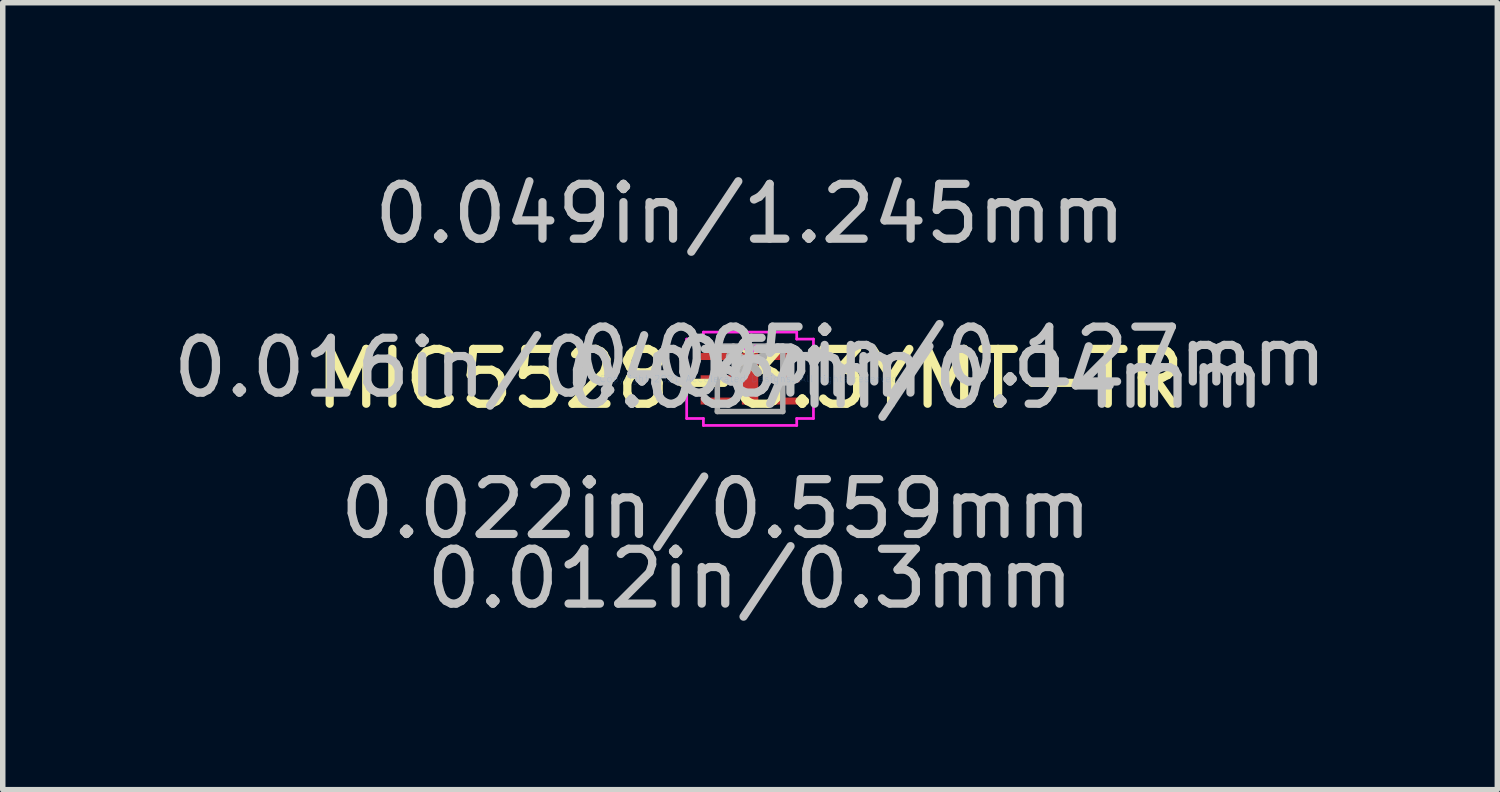
<source format=kicad_pcb>
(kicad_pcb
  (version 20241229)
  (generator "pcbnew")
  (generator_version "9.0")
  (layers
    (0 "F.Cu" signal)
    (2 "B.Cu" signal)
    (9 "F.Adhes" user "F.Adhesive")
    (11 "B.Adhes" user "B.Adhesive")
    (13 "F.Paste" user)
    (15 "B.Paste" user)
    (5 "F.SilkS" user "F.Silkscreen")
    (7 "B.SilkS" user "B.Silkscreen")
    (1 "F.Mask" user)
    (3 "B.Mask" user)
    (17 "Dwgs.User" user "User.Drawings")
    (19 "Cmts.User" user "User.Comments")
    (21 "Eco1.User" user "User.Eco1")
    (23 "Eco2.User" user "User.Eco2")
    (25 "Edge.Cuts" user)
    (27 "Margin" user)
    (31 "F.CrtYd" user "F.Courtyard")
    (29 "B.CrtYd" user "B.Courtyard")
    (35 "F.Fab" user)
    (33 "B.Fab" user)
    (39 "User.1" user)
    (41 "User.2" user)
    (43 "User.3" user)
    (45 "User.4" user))
  (footprint "MIC5528-3.3YMT-TR"
    (layer "F.Cu")
    (at 10.629 3.858)
    (property "Reference" "MIC5528-3.3YMT-TR" (at 0 0 0) (layer "F.SilkS") (effects (font (size 1 1) (thickness 0.15))))
    (attr through_hole)
    (fp_line (start -1.156 -0.724) (end -0.851 -0.724) (stroke (width 0.05) (type solid)) (layer "F.CrtYd"))
    (fp_line (start -1.156 0.724) (end -1.156 -0.724) (stroke (width 0.05) (type solid)) (layer "F.CrtYd"))
    (fp_line (start -0.851 -0.851) (end 0.851 -0.851) (stroke (width 0.05) (type solid)) (layer "F.CrtYd"))
    (fp_line (start -0.851 -0.724) (end -0.851 -0.851) (stroke (width 0.05) (type solid)) (layer "F.CrtYd"))
    (fp_line (start -0.851 0.724) (end -1.156 0.724) (stroke (width 0.05) (type solid)) (layer "F.CrtYd"))
    (fp_line (start -0.851 0.851) (end -0.851 0.724) (stroke (width 0.05) (type solid)) (layer "F.CrtYd"))
    (fp_line (start 0.851 -0.851) (end 0.851 -0.724) (stroke (width 0.05) (type solid)) (layer "F.CrtYd"))
    (fp_line (start 0.851 -0.724) (end 1.156 -0.724) (stroke (width 0.05) (type solid)) (layer "F.CrtYd"))
    (fp_line (start 0.851 0.724) (end 0.851 0.851) (stroke (width 0.05) (type solid)) (layer "F.CrtYd"))
    (fp_line (start 0.851 0.851) (end -0.851 0.851) (stroke (width 0.05) (type solid)) (layer "F.CrtYd"))
    (fp_line (start 1.156 -0.724) (end 1.156 0.724) (stroke (width 0.05) (type solid)) (layer "F.CrtYd"))
    (fp_line (start 1.156 0.724) (end 0.851 0.724) (stroke (width 0.05) (type solid)) (layer "F.CrtYd"))
    (fp_arc (start 0.099483 -0.5969) (mid 0 -0.497417) (end -0.099483 -0.5969) (stroke (width 0.05) (type solid)) (layer "F.CrtYd"))
    (fp_circle (center -1.206 -0.406) (end -1.206 -0.406) (stroke (width 0.05) (type solid)) (fill no) (layer "F.CrtYd"))
    (fp_line (start -0.597 -0.597) (end -0.597 0.597) (stroke (width 0.1) (type solid)) (layer "F.Fab"))
    (fp_line (start -0.597 0.597) (end 0.597 0.597) (stroke (width 0.1) (type solid)) (layer "F.Fab"))
    (fp_line (start 0.597 -0.597) (end -0.597 -0.597) (stroke (width 0.1) (type solid)) (layer "F.Fab"))
    (fp_line (start 0.597 0.597) (end 0.597 -0.597) (stroke (width 0.1) (type solid)) (layer "F.Fab"))
    (fp_arc (start 0.3048 -0.5969) (mid 0 -0.2921) (end -0.3048 -0.5969) (stroke (width 0.1) (type solid)) (layer "F.Fab"))
    (fp_circle (center -0.343 -0.406) (end -0.343 -0.406) (stroke (width 0.1) (type solid)) (fill no) (layer "F.Fab"))
    (fp_text user "*" (at 0 0 0) (layer "F.SilkS") (effects (font (size 1 1) (thickness 0.15))))
    (fp_text user "0.037in/0.94mm" (at 3.01 0 0) (layer "Dwgs.User") (effects (font (size 1 1) (thickness 0.15))))
    (fp_text user "0.005in/0.127mm" (at 3.67 -0.406 0) (layer "Dwgs.User") (effects (font (size 1 1) (thickness 0.15))))
    (fp_text user "0.022in/0.559mm" (at -0.622 2.375 0) (layer "Dwgs.User") (effects (font (size 1 1) (thickness 0.15))))
    (fp_text user "0.012in/0.3mm" (at 0 3.645 0) (layer "Dwgs.User") (effects (font (size 1 1) (thickness 0.15))))
    (fp_text user "0.049in/1.245mm" (at 0 -3.01 0) (layer "Dwgs.User") (effects (font (size 1 1) (thickness 0.15))))
    (fp_text user "0.016in/0.406mm" (at -3.67 -0.203 0) (layer "Dwgs.User") (effects (font (size 1 1) (thickness 0.15))))
    (fp_text user "Copyright 2021 Accelerated Designs. All rights reserved." (at 0 0 0) (layer "Cmts.User") (effects (font (size 0.127 0.127) (thickness 0.002))))
    (fp_text user "*" (at 0 0 0) (layer "F.Fab") (effects (font (size 1 1) (thickness 0.15))))
    (pad "1" smd rect (at -0.622 -0.406) (size 0.559 0.127) (layers "F.Cu" "F.Mask" "F.Paste"))
    (pad "2" smd rect (at -0.622 0) (size 0.559 0.127) (layers "F.Cu" "F.Mask" "F.Paste"))
    (pad "3" smd rect (at -0.622 0.406) (size 0.559 0.127) (layers "F.Cu" "F.Mask" "F.Paste"))
    (pad "4" smd rect (at 0.622 0.406) (size 0.559 0.127) (layers "F.Cu" "F.Mask" "F.Paste"))
    (pad "5" smd rect (at 0.622 0) (size 0.559 0.127) (layers "F.Cu" "F.Mask" "F.Paste"))
    (pad "6" smd rect (at 0.622 -0.406) (size 0.559 0.127) (layers "F.Cu" "F.Mask" "F.Paste"))
    (pad "7" smd rect (at 0 0) (size 0.3 0.94) (layers "F.Cu" "F.Mask" "F.Paste")))
  (gr_rect
    (start -3 -3)
    (end 24.257 11.351)
    (stroke (width 0.1) (type default))
    (fill no)
    (layer "Edge.Cuts")))
</source>
